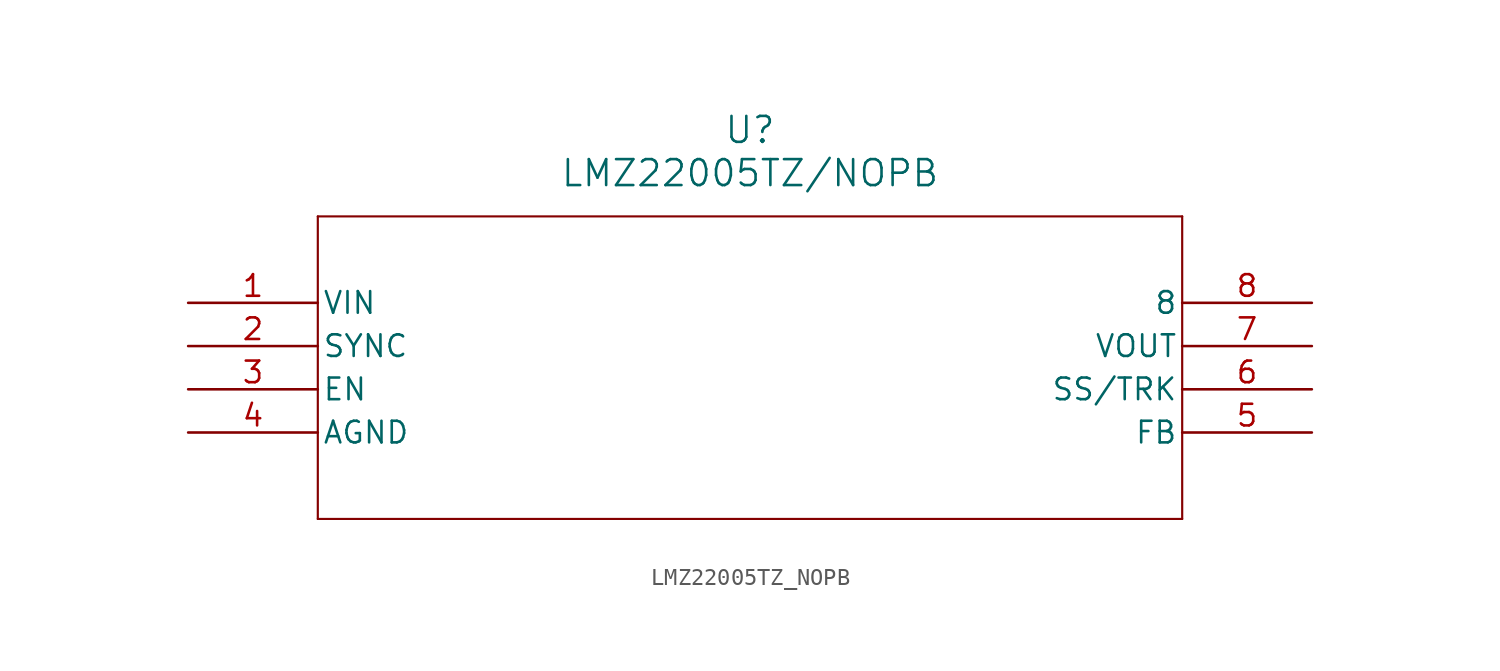
<source format=kicad_sym>
(kicad_symbol_lib
  (version 20211014)
  (generator kicad_symbol_editor)
  (symbol "LMZ22005TZ_NOPB"
    (pin_names
      (offset 0.254))
    (property "Reference" "U"
      (at 33.02 10.16 0)
      (effects (font (size 1.524 1.524))))
    (property "Value" "LMZ22005TZ/NOPB"
      (at 33.02 7.62 0)
      (effects (font (size 1.524 1.524))))
    (symbol "LMZ22005TZ_NOPB_0_1"
      (polyline (pts (xy 7.62 5.08) (xy 7.62 -12.7)) (stroke (width 0.127) (type default) (color 0 0 0 0)) (fill (type none)))
      (polyline (pts (xy 7.62 -12.7) (xy 58.42 -12.7)) (stroke (width 0.127) (type default) (color 0 0 0 0)) (fill (type none)))
      (polyline (pts (xy 58.42 -12.7) (xy 58.42 5.08)) (stroke (width 0.127) (type default) (color 0 0 0 0)) (fill (type none)))
      (polyline (pts (xy 58.42 5.08) (xy 7.62 5.08)) (stroke (width 0.127) (type default) (color 0 0 0 0)) (fill (type none)))
      (pin input line (at 0 0 0) (length 7.62) (name "VIN" (effects (font (size 1.27 1.27)))) (number "1" (effects (font (size 1.27 1.27)))))
      (pin input line (at 0 -2.54 0) (length 7.62) (name "SYNC" (effects (font (size 1.27 1.27)))) (number "2" (effects (font (size 1.27 1.27)))))
      (pin input line (at 0 -5.08 0) (length 7.62) (name "EN" (effects (font (size 1.27 1.27)))) (number "3" (effects (font (size 1.27 1.27)))))
      (pin power_in line (at 0 -7.62 0) (length 7.62) (name "AGND" (effects (font (size 1.27 1.27)))) (number "4" (effects (font (size 1.27 1.27)))))
      (pin output line (at 66.04 -7.62 180) (length 7.62) (name "FB" (effects (font (size 1.27 1.27)))) (number "5" (effects (font (size 1.27 1.27)))))
      (pin bidirectional line (at 66.04 -5.08 180) (length 7.62) (name "SS/TRK" (effects (font (size 1.27 1.27)))) (number "6" (effects (font (size 1.27 1.27)))))
      (pin output line (at 66.04 -2.54 180) (length 7.62) (name "VOUT" (effects (font (size 1.27 1.27)))) (number "7" (effects (font (size 1.27 1.27)))))
      (pin unspecified line (at 66.04 0 180) (length 7.62) (name "8" (effects (font (size 1.27 1.27)))) (number "8" (effects (font (size 1.27 1.27))))))))
</source>
